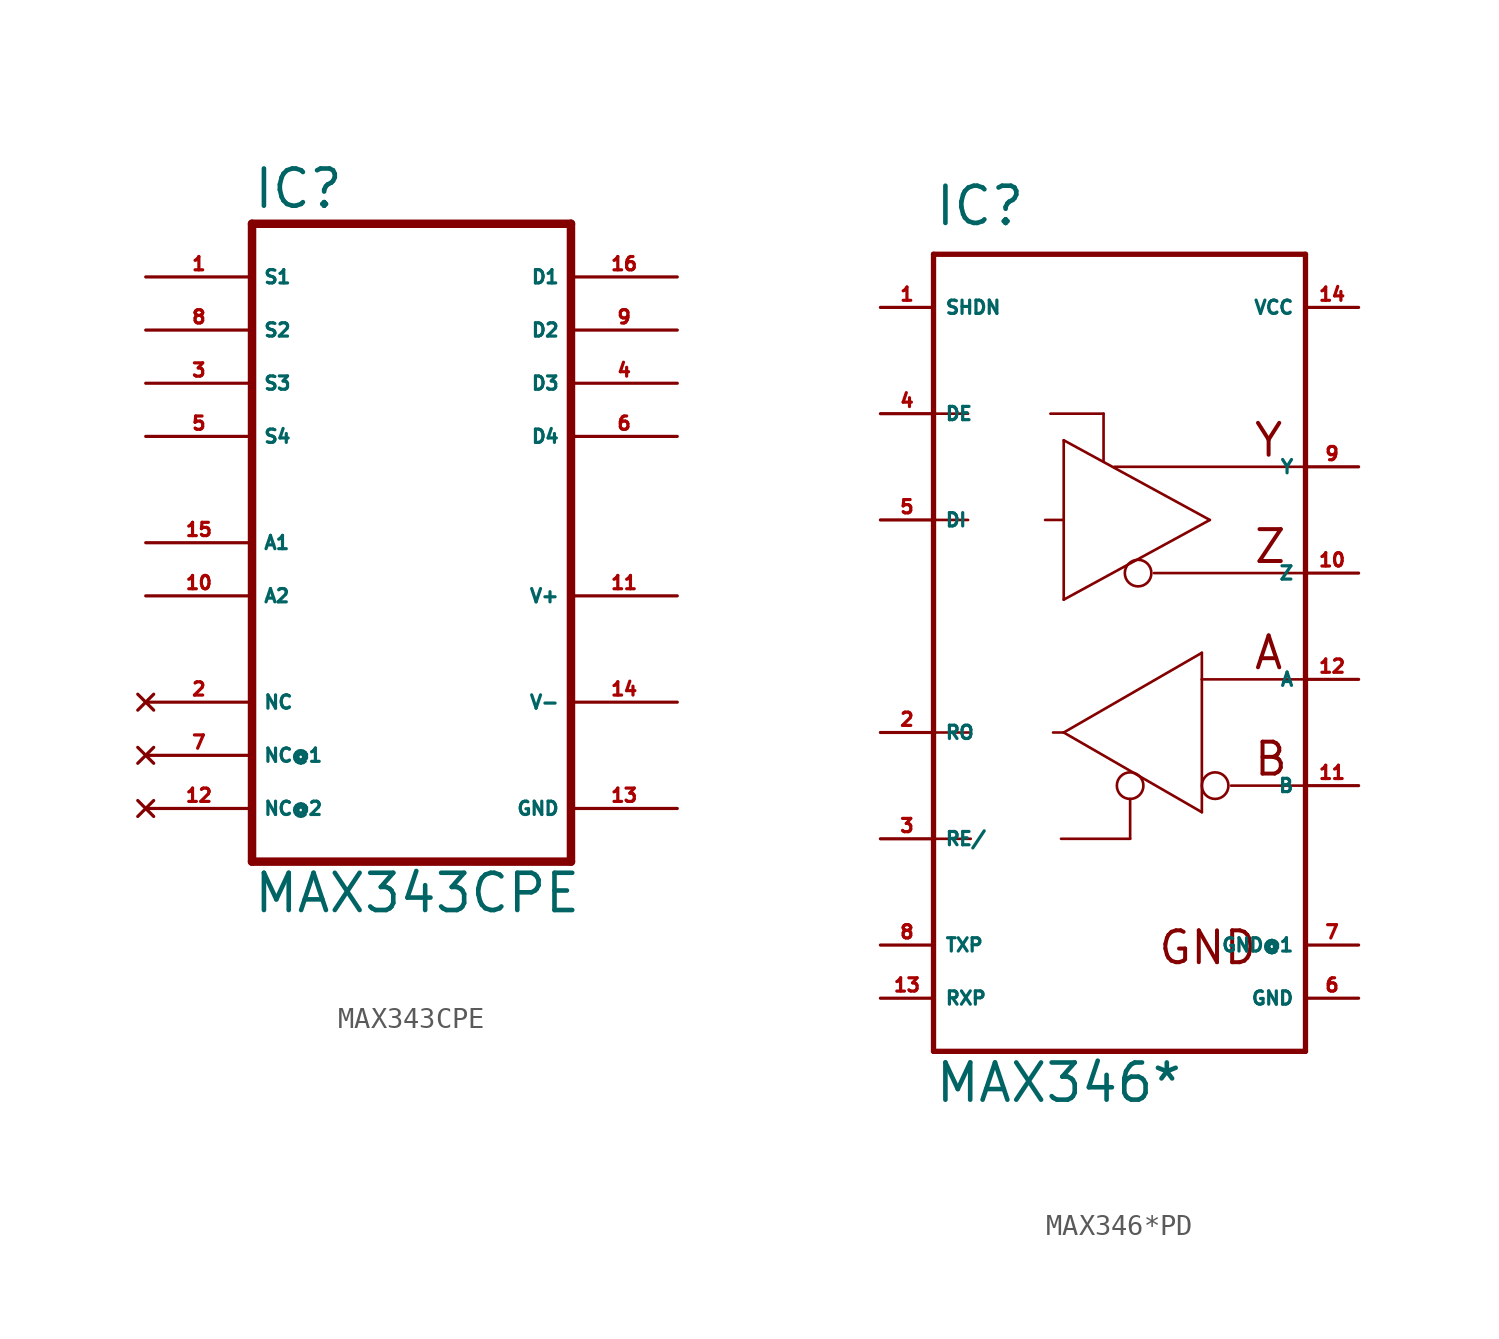
<source format=kicad_sym>
(kicad_symbol_lib
  (version 20220914)
  (generator Eagle2Kicad)
  (symbol "MAX343CPE"
    (property "Reference" "IC"
      (at -7.62 15.875 0)
      (effects (font (size 1.778 1.778) (thickness 0.22)) (justify left bottom)))
    (property "Value" "MAX343CPE"
      (at -7.62 -17.78 0)
      (effects (font (size 1.778 1.778) (thickness 0.22)) (justify left bottom)))
    (polyline
      (pts (xy -7.62 -15.24) (xy 7.62 -15.24))
      (stroke (width 0.406) (type default))
      (fill (type none)))
    (polyline
      (pts (xy 7.62 15.24) (xy 7.62 -15.24))
      (stroke (width 0.406) (type default))
      (fill (type none)))
    (polyline
      (pts (xy 7.62 15.24) (xy -7.62 15.24))
      (stroke (width 0.406) (type default))
      (fill (type none)))
    (polyline
      (pts (xy -7.62 -15.24) (xy -7.62 15.24))
      (stroke (width 0.406) (type default))
      (fill (type none)))
    (pin passive line
      (at -12.7 12.7 0)
      (length 5.08)
      (name "S1" (effects (font (size 0.635 0.635) (thickness 0.08)) (justify left bottom)))
      (number "1" (effects (font (size 0.635 0.635) (thickness 0.08)) (justify left bottom))))
    (pin passive line
      (at -12.7 10.16 0)
      (length 5.08)
      (name "S2" (effects (font (size 0.635 0.635) (thickness 0.08)) (justify left bottom)))
      (number "8" (effects (font (size 0.635 0.635) (thickness 0.08)) (justify left bottom))))
    (pin input line
      (at -12.7 0 0)
      (length 5.08)
      (name "A1" (effects (font (size 0.635 0.635) (thickness 0.08)) (justify left bottom)))
      (number "15" (effects (font (size 0.635 0.635) (thickness 0.08)) (justify left bottom))))
    (pin input line
      (at -12.7 -2.54 0)
      (length 5.08)
      (name "A2" (effects (font (size 0.635 0.635) (thickness 0.08)) (justify left bottom)))
      (number "10" (effects (font (size 0.635 0.635) (thickness 0.08)) (justify left bottom))))
    (pin passive line
      (at 12.7 12.7 180)
      (length 5.08)
      (name "D1" (effects (font (size 0.635 0.635) (thickness 0.08)) (justify left bottom)))
      (number "16" (effects (font (size 0.635 0.635) (thickness 0.08)) (justify left bottom))))
    (pin passive line
      (at 12.7 10.16 180)
      (length 5.08)
      (name "D2" (effects (font (size 0.635 0.635) (thickness 0.08)) (justify left bottom)))
      (number "9" (effects (font (size 0.635 0.635) (thickness 0.08)) (justify left bottom))))
    (pin no_connect line
      (at -12.7 -7.62 0)
      (length 5.08)
      (name "NC" (effects (font (size 0.635 0.635) (thickness 0.08)) (justify left bottom) hide))
      (number "2" (effects (font (size 0.635 0.635) (thickness 0.08)) (justify left bottom) hide)))
    (pin no_connect line
      (at -12.7 -10.16 0)
      (length 5.08)
      (name "NC@1" (effects (font (size 0.635 0.635) (thickness 0.08)) (justify left bottom) hide))
      (number "7" (effects (font (size 0.635 0.635) (thickness 0.08)) (justify left bottom) hide)))
    (pin no_connect line
      (at -12.7 -12.7 0)
      (length 5.08)
      (name "NC@2" (effects (font (size 0.635 0.635) (thickness 0.08)) (justify left bottom) hide))
      (number "12" (effects (font (size 0.635 0.635) (thickness 0.08)) (justify left bottom) hide)))
    (pin passive line
      (at 12.7 5.08 180)
      (length 5.08)
      (name "D4" (effects (font (size 0.635 0.635) (thickness 0.08)) (justify left bottom)))
      (number "6" (effects (font (size 0.635 0.635) (thickness 0.08)) (justify left bottom))))
    (pin passive line
      (at 12.7 7.62 180)
      (length 5.08)
      (name "D3" (effects (font (size 0.635 0.635) (thickness 0.08)) (justify left bottom)))
      (number "4" (effects (font (size 0.635 0.635) (thickness 0.08)) (justify left bottom))))
    (pin passive line
      (at -12.7 5.08 0)
      (length 5.08)
      (name "S4" (effects (font (size 0.635 0.635) (thickness 0.08)) (justify left bottom)))
      (number "5" (effects (font (size 0.635 0.635) (thickness 0.08)) (justify left bottom))))
    (pin passive line
      (at -12.7 7.62 0)
      (length 5.08)
      (name "S3" (effects (font (size 0.635 0.635) (thickness 0.08)) (justify left bottom)))
      (number "3" (effects (font (size 0.635 0.635) (thickness 0.08)) (justify left bottom))))
    (pin unspecified line
      (at 12.7 -2.54 180)
      (length 5.08)
      (name "V+" (effects (font (size 0.635 0.635) (thickness 0.08)) (justify left bottom)))
      (number "11" (effects (font (size 0.635 0.635) (thickness 0.08)) (justify left bottom))))
    (pin unspecified line
      (at 12.7 -7.62 180)
      (length 5.08)
      (name "V-" (effects (font (size 0.635 0.635) (thickness 0.08)) (justify left bottom)))
      (number "14" (effects (font (size 0.635 0.635) (thickness 0.08)) (justify left bottom))))
    (pin unspecified line
      (at 12.7 -12.7 180)
      (length 5.08)
      (name "GND" (effects (font (size 0.635 0.635) (thickness 0.08)) (justify left bottom)))
      (number "13" (effects (font (size 0.635 0.635) (thickness 0.08)) (justify left bottom)))))
  (symbol "MAX346*PD"
    (property "Reference" "IC"
      (at -7.62 21.59 0)
      (effects (font (size 1.778 1.778) (thickness 0.22)) (justify left bottom)))
    (property "Value" "MAX346*"
      (at -7.62 -20.32 0)
      (effects (font (size 1.778 1.778) (thickness 0.22)) (justify left bottom)))
    (polyline
      (pts (xy -7.62 20.32) (xy 10.16 20.32))
      (stroke (width 0.254) (type default))
      (fill (type none)))
    (polyline
      (pts (xy 10.16 20.32) (xy 10.16 -17.78))
      (stroke (width 0.254) (type default))
      (fill (type none)))
    (polyline
      (pts (xy 10.16 -17.78) (xy -7.62 -17.78))
      (stroke (width 0.254) (type default))
      (fill (type none)))
    (polyline
      (pts (xy -7.62 -7.62) (xy -7.62 -2.54))
      (stroke (width 0.254) (type default))
      (fill (type none)))
    (polyline
      (pts (xy -7.62 -2.54) (xy -7.62 7.62))
      (stroke (width 0.254) (type default))
      (fill (type none)))
    (polyline
      (pts (xy -7.62 7.62) (xy -7.62 12.7))
      (stroke (width 0.254) (type default))
      (fill (type none)))
    (polyline
      (pts (xy -7.62 12.7) (xy -7.62 20.32))
      (stroke (width 0.254) (type default))
      (fill (type none)))
    (polyline
      (pts (xy 5.207 1.27) (xy 5.207 0))
      (stroke (width 0.127) (type default))
      (fill (type none)))
    (polyline
      (pts (xy 5.207 0) (xy 5.207 -6.35))
      (stroke (width 0.127) (type default))
      (fill (type none)))
    (polyline
      (pts (xy 5.207 -6.35) (xy -1.397 -2.54))
      (stroke (width 0.127) (type default))
      (fill (type none)))
    (polyline
      (pts (xy -1.397 -2.54) (xy 5.207 1.27))
      (stroke (width 0.127) (type default))
      (fill (type none)))
    (polyline
      (pts (xy -1.524 -7.62) (xy 1.778 -7.62))
      (stroke (width 0.127) (type default))
      (fill (type none)))
    (polyline
      (pts (xy 1.778 -7.62) (xy 1.778 -5.715))
      (stroke (width 0.127) (type default))
      (fill (type none)))
    (polyline
      (pts (xy 5.207 0) (xy 10.033 0))
      (stroke (width 0.127) (type default))
      (fill (type none)))
    (polyline
      (pts (xy 10.033 -5.08) (xy 6.604 -5.08))
      (stroke (width 0.127) (type default))
      (fill (type none)))
    (polyline
      (pts (xy -7.62 -2.54) (xy -5.842 -2.54))
      (stroke (width 0.127) (type default))
      (fill (type none)))
    (polyline
      (pts (xy -1.905 -2.54) (xy -1.397 -2.54))
      (stroke (width 0.127) (type default))
      (fill (type none)))
    (polyline
      (pts (xy -7.62 -7.62) (xy -5.842 -7.62))
      (stroke (width 0.127) (type default))
      (fill (type none)))
    (polyline
      (pts (xy -7.62 -7.62) (xy -7.62 -17.78))
      (stroke (width 0.254) (type default))
      (fill (type none)))
    (polyline
      (pts (xy -1.397 3.81) (xy -1.397 7.62))
      (stroke (width 0.127) (type default))
      (fill (type none)))
    (polyline
      (pts (xy -1.397 7.62) (xy -1.397 11.43))
      (stroke (width 0.127) (type default))
      (fill (type none)))
    (polyline
      (pts (xy -1.397 11.43) (xy 5.588 7.62))
      (stroke (width 0.127) (type default))
      (fill (type none)))
    (polyline
      (pts (xy 5.588 7.62) (xy -1.397 3.81))
      (stroke (width 0.127) (type default))
      (fill (type none)))
    (polyline
      (pts (xy -2.032 12.7) (xy 0.508 12.7))
      (stroke (width 0.127) (type default))
      (fill (type none)))
    (polyline
      (pts (xy 0.508 12.7) (xy 0.508 10.414))
      (stroke (width 0.127) (type default))
      (fill (type none)))
    (polyline
      (pts (xy -7.62 7.62) (xy -5.969 7.62))
      (stroke (width 0.127) (type default))
      (fill (type none)))
    (polyline
      (pts (xy -2.286 7.62) (xy -1.397 7.62))
      (stroke (width 0.127) (type default))
      (fill (type none)))
    (polyline
      (pts (xy -7.62 12.7) (xy -5.969 12.7))
      (stroke (width 0.127) (type default))
      (fill (type none)))
    (polyline
      (pts (xy 2.921 5.08) (xy 10.033 5.08))
      (stroke (width 0.127) (type default))
      (fill (type none)))
    (polyline
      (pts (xy 1.016 10.16) (xy 10.033 10.16))
      (stroke (width 0.127) (type default))
      (fill (type none)))
    (text "A"
      (at 7.62 0.381 0)
      (effects (font (size 1.524 1.524) (thickness 0.19)) (justify left bottom)))
    (text "B"
      (at 7.62 -4.699 0)
      (effects (font (size 1.524 1.524) (thickness 0.19)) (justify left bottom)))
    (text "GND"
      (at 3.048 -13.716 0)
      (effects (font (size 1.524 1.524) (thickness 0.19)) (justify left bottom)))
    (text "Z"
      (at 7.62 5.461 0)
      (effects (font (size 1.524 1.524) (thickness 0.19)) (justify left bottom)))
    (text "Y"
      (at 7.62 10.541 0)
      (effects (font (size 1.524 1.524) (thickness 0.19)) (justify left bottom)))
    (circle
      (center 1.778 -5.08)
      (radius 0.635)
      (stroke (width 0.127) (type default))
      (fill (type none)))
    (circle
      (center 5.842 -5.08)
      (radius 0.635)
      (stroke (width 0.127) (type default))
      (fill (type none)))
    (circle
      (center 2.159 5.08)
      (radius 0.635)
      (stroke (width 0.127) (type default))
      (fill (type none)))
    (pin output line
      (at -10.16 -2.54 0)
      (length 2.54)
      (name "RO" (effects (font (size 0.635 0.635) (thickness 0.08)) (justify left bottom)))
      (number "2" (effects (font (size 0.635 0.635) (thickness 0.08)) (justify left bottom))))
    (pin input line
      (at -10.16 -7.62 0)
      (length 2.54)
      (name "RE/" (effects (font (size 0.635 0.635) (thickness 0.08)) (justify left bottom)))
      (number "3" (effects (font (size 0.635 0.635) (thickness 0.08)) (justify left bottom))))
    (pin input line
      (at 12.7 0 180)
      (length 2.54)
      (name "A" (effects (font (size 0.635 0.635) (thickness 0.08)) (justify left bottom)))
      (number "12" (effects (font (size 0.635 0.635) (thickness 0.08)) (justify left bottom))))
    (pin input line
      (at 12.7 -5.08 180)
      (length 2.54)
      (name "B" (effects (font (size 0.635 0.635) (thickness 0.08)) (justify left bottom)))
      (number "11" (effects (font (size 0.635 0.635) (thickness 0.08)) (justify left bottom))))
    (pin input line
      (at -10.16 12.7 0)
      (length 2.54)
      (name "DE" (effects (font (size 0.635 0.635) (thickness 0.08)) (justify left bottom)))
      (number "4" (effects (font (size 0.635 0.635) (thickness 0.08)) (justify left bottom))))
    (pin input line
      (at -10.16 7.62 0)
      (length 2.54)
      (name "DI" (effects (font (size 0.635 0.635) (thickness 0.08)) (justify left bottom)))
      (number "5" (effects (font (size 0.635 0.635) (thickness 0.08)) (justify left bottom))))
    (pin output line
      (at 12.7 5.08 180)
      (length 2.54)
      (name "Z" (effects (font (size 0.635 0.635) (thickness 0.08)) (justify left bottom)))
      (number "10" (effects (font (size 0.635 0.635) (thickness 0.08)) (justify left bottom))))
    (pin output line
      (at 12.7 10.16 180)
      (length 2.54)
      (name "Y" (effects (font (size 0.635 0.635) (thickness 0.08)) (justify left bottom)))
      (number "9" (effects (font (size 0.635 0.635) (thickness 0.08)) (justify left bottom))))
    (pin passive line
      (at -10.16 -12.7 0)
      (length 2.54)
      (name "TXP" (effects (font (size 0.635 0.635) (thickness 0.08)) (justify left bottom)))
      (number "8" (effects (font (size 0.635 0.635) (thickness 0.08)) (justify left bottom))))
    (pin passive line
      (at -10.16 -15.24 0)
      (length 2.54)
      (name "RXP" (effects (font (size 0.635 0.635) (thickness 0.08)) (justify left bottom)))
      (number "13" (effects (font (size 0.635 0.635) (thickness 0.08)) (justify left bottom))))
    (pin unspecified line
      (at 12.7 -15.24 180)
      (length 2.54)
      (name "GND" (effects (font (size 0.635 0.635) (thickness 0.08)) (justify left bottom)))
      (number "6" (effects (font (size 0.635 0.635) (thickness 0.08)) (justify left bottom))))
    (pin unspecified line
      (at 12.7 -12.7 180)
      (length 2.54)
      (name "GND@1" (effects (font (size 0.635 0.635) (thickness 0.08)) (justify left bottom)))
      (number "7" (effects (font (size 0.635 0.635) (thickness 0.08)) (justify left bottom))))
    (pin unspecified line
      (at 12.7 17.78 180)
      (length 2.54)
      (name "VCC" (effects (font (size 0.635 0.635) (thickness 0.08)) (justify left bottom)))
      (number "14" (effects (font (size 0.635 0.635) (thickness 0.08)) (justify left bottom))))
    (pin input line
      (at -10.16 17.78 0)
      (length 2.54)
      (name "SHDN" (effects (font (size 0.635 0.635) (thickness 0.08)) (justify left bottom)))
      (number "1" (effects (font (size 0.635 0.635) (thickness 0.08)) (justify left bottom))))))
</source>
